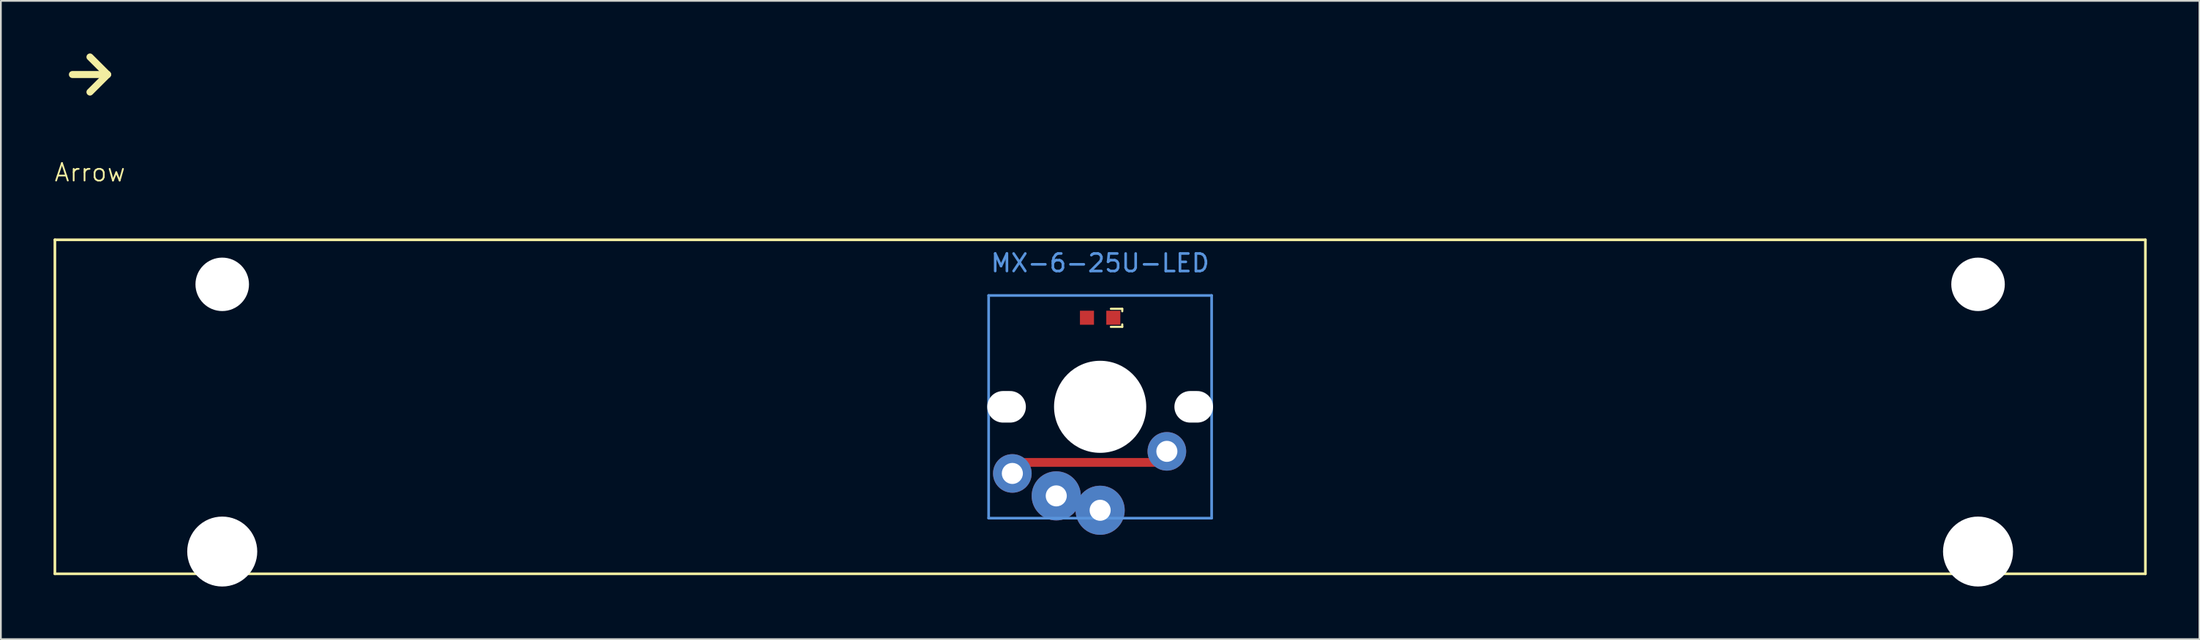
<source format=kicad_pcb>
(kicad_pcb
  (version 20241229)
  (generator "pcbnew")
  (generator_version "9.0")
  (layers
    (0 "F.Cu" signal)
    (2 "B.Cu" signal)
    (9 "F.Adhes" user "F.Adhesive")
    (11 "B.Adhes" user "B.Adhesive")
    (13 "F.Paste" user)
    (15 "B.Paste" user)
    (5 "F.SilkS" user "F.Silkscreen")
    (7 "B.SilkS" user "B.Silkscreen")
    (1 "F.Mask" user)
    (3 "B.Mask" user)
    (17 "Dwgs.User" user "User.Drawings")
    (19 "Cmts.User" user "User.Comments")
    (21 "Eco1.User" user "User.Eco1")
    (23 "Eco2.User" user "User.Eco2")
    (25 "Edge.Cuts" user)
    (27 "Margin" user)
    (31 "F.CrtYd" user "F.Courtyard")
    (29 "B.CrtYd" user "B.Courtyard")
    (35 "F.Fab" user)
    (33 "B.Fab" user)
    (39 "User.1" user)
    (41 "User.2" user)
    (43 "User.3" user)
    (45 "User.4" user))
  (footprint "Arrow"
    (layer "F.Cu")
    (at 2.074 1.2)
    (property "Reference" "Arrow" (at 0 5.59 0) (unlocked yes) (layer "F.SilkS") (effects (font (size 1 1) (thickness 0.1))))
    (attr smd)
    (fp_line (start -1 0) (end 1 0) (stroke (width 0.4) (type default)) (layer "F.SilkS"))
    (fp_line (start 0 -1) (end 1 0) (stroke (width 0.4) (type default)) (layer "F.SilkS"))
    (fp_line (start 0 1) (end 1 0) (stroke (width 0.4) (type default)) (layer "F.SilkS")))
  (footprint "MX-6-25U-LED"
    (layer "F.Cu")
    (at 59.607 15.072)
    (property "Reference" "MX-6-25U-LED" (at 0 -3.12 0) (layer "Cmts.User") (effects (font (size 1 1) (thickness 0.15))))
    (fp_line (start -59.531 -4.445) (end 59.531 -4.445) (stroke (width 0.152) (type solid)) (layer "F.SilkS"))
    (fp_line (start -59.531 14.605) (end -59.531 -4.445) (stroke (width 0.152) (type solid)) (layer "F.SilkS"))
    (fp_line (start 0.61 -0.51) (end 1.26 -0.51) (stroke (width 0.12) (type solid)) (layer "F.SilkS"))
    (fp_line (start 0.61 0.52) (end 1.26 0.52) (stroke (width 0.12) (type solid)) (layer "F.SilkS"))
    (fp_line (start 1.26 -0.51) (end 1.26 -0.37) (stroke (width 0.12) (type solid)) (layer "F.SilkS"))
    (fp_line (start 1.26 0.52) (end 1.26 0.38) (stroke (width 0.12) (type solid)) (layer "F.SilkS"))
    (fp_line (start 59.531 -4.445) (end 59.531 14.605) (stroke (width 0.152) (type solid)) (layer "F.SilkS"))
    (fp_line (start 59.531 14.605) (end -59.531 14.605) (stroke (width 0.152) (type solid)) (layer "F.SilkS"))
    (fp_line (start -6.35 -1.27) (end 6.35 -1.27) (stroke (width 0.152) (type solid)) (layer "Cmts.User"))
    (fp_line (start -6.35 11.43) (end -6.35 -1.27) (stroke (width 0.152) (type solid)) (layer "Cmts.User"))
    (fp_line (start 6.35 -1.27) (end 6.35 11.43) (stroke (width 0.152) (type solid)) (layer "Cmts.User"))
    (fp_line (start 6.35 11.43) (end -6.35 11.43) (stroke (width 0.152) (type solid)) (layer "Cmts.User"))
    (fp_line (start -7.798 -0.925) (end -6.985 -0.925) (stroke (width 0.152) (type solid)) (layer "Eco2.User"))
    (fp_line (start -7.798 2.576) (end -7.798 -0.925) (stroke (width 0.152) (type solid)) (layer "Eco2.User"))
    (fp_line (start -7.798 7.584) (end -6.985 7.584) (stroke (width 0.152) (type solid)) (layer "Eco2.User"))
    (fp_line (start -7.798 11.085) (end -7.798 7.584) (stroke (width 0.152) (type solid)) (layer "Eco2.User"))
    (fp_line (start -6.985 -1.905) (end 6.985 -1.905) (stroke (width 0.152) (type solid)) (layer "Eco2.User"))
    (fp_line (start -6.985 -0.925) (end -6.985 -1.905) (stroke (width 0.152) (type solid)) (layer "Eco2.User"))
    (fp_line (start -6.985 2.576) (end -7.798 2.576) (stroke (width 0.152) (type solid)) (layer "Eco2.User"))
    (fp_line (start -6.985 7.584) (end -6.985 2.576) (stroke (width 0.152) (type solid)) (layer "Eco2.User"))
    (fp_line (start -6.985 11.085) (end -7.798 11.085) (stroke (width 0.152) (type solid)) (layer "Eco2.User"))
    (fp_line (start -6.985 12.065) (end -6.985 11.085) (stroke (width 0.152) (type solid)) (layer "Eco2.User"))
    (fp_line (start 6.985 -1.905) (end 6.985 -0.925) (stroke (width 0.152) (type solid)) (layer "Eco2.User"))
    (fp_line (start 6.985 -0.925) (end 7.798 -0.925) (stroke (width 0.152) (type solid)) (layer "Eco2.User"))
    (fp_line (start 6.985 2.576) (end 6.985 7.584) (stroke (width 0.152) (type solid)) (layer "Eco2.User"))
    (fp_line (start 6.985 7.584) (end 7.798 7.584) (stroke (width 0.152) (type solid)) (layer "Eco2.User"))
    (fp_line (start 6.985 11.085) (end 6.985 12.065) (stroke (width 0.152) (type solid)) (layer "Eco2.User"))
    (fp_line (start 6.985 12.065) (end -6.985 12.065) (stroke (width 0.152) (type solid)) (layer "Eco2.User"))
    (fp_line (start 7.798 -0.925) (end 7.798 2.576) (stroke (width 0.152) (type solid)) (layer "Eco2.User"))
    (fp_line (start 7.798 2.576) (end 6.985 2.576) (stroke (width 0.152) (type solid)) (layer "Eco2.User"))
    (fp_line (start 7.798 7.584) (end 7.798 11.085) (stroke (width 0.152) (type solid)) (layer "Eco2.User"))
    (fp_line (start 7.798 11.085) (end 6.985 11.085) (stroke (width 0.152) (type solid)) (layer "Eco2.User"))
    (pad "" np_thru_hole circle (at -50 -1.905 180) (size 3.048 3.048) (drill 3.048) (layers "*.Cu" "*.Mask"))
    (pad "" np_thru_hole circle (at -50 13.335 180) (size 3.988 3.988) (drill 3.988) (layers "*.Cu" "*.Mask"))
    (pad "" np_thru_hole oval (at -5.33 5.08 270) (size 1.8 2.2) (drill oval 1.8 2.2) (layers "*.Cu" "*.Mask"))
    (pad "" np_thru_hole circle (at 0 5.08 180) (size 5.25 5.25) (drill 5.25) (layers "*.Cu" "*.Mask"))
    (pad "" np_thru_hole oval (at 5.33 5.08 270) (size 1.8 2.2) (drill oval 1.8 2.2) (layers "*.Cu" "*.Mask"))
    (pad "" np_thru_hole circle (at 50 -1.905 180) (size 3.048 3.048) (drill 3.048) (layers "*.Cu" "*.Mask"))
    (pad "" np_thru_hole circle (at 50 13.335 180) (size 3.988 3.988) (drill 3.988) (layers "*.Cu" "*.Mask"))
    (pad "1" thru_hole circle (at -2.5 10.16) (size 2.8 2.8) (drill oval 1.2) (layers "*.Cu" "*.Mask"))
    (pad "1" thru_hole circle (at 0 10.98 90) (size 2.8 2.8) (drill 1.2) (layers "*.Cu" "*.Mask"))
    (pad "2" thru_hole circle (at -5 8.88 270) (size 2.2 2.2) (drill 1.2) (layers "*.Cu" "*.Mask"))
    (pad "2" smd rect (at -0.67 8.25) (size 7.64 0.5) (layers "F.Cu" "F.Mask" "F.Paste"))
    (pad "2" thru_hole circle (at 3.8 7.62 225) (size 2.2 2.2) (drill 1.2) (layers "*.Cu" "*.Mask"))
    (pad "3" smd rect (at 0.75 0 90) (size 0.8 0.8) (layers "F.Cu" "F.Mask" "F.Paste"))
    (pad "4" smd rect (at -0.75 0 90) (size 0.8 0.8) (layers "F.Cu" "F.Mask" "F.Paste")))
  (gr_rect
    (start -3 -3)
    (end 122.215 33.401)
    (stroke (width 0.1) (type default))
    (fill no)
    (layer "Edge.Cuts")))
</source>
